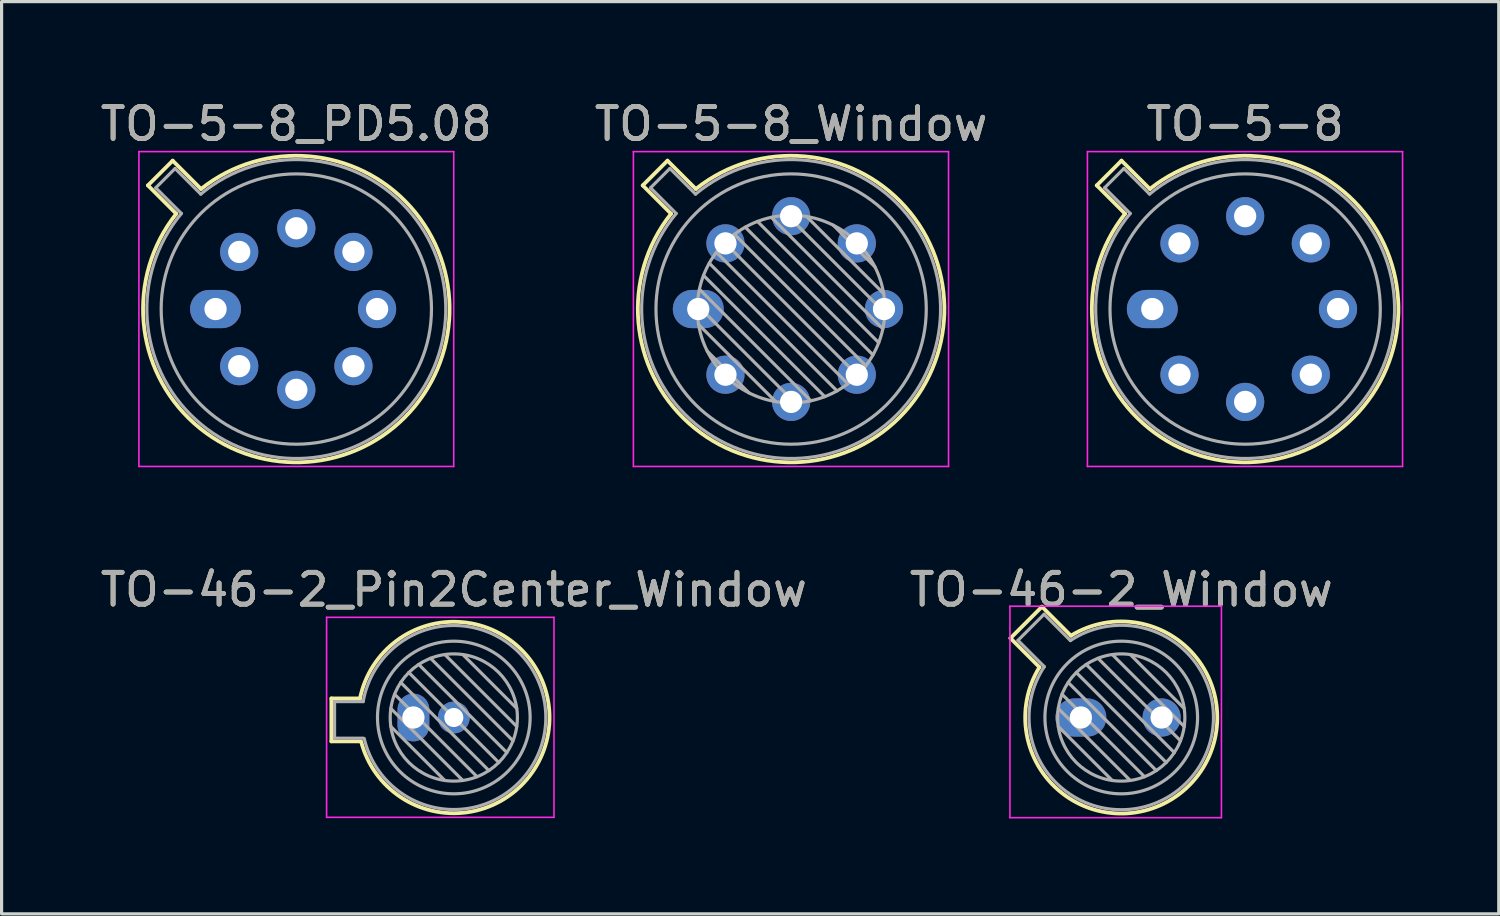
<source format=kicad_pcb>
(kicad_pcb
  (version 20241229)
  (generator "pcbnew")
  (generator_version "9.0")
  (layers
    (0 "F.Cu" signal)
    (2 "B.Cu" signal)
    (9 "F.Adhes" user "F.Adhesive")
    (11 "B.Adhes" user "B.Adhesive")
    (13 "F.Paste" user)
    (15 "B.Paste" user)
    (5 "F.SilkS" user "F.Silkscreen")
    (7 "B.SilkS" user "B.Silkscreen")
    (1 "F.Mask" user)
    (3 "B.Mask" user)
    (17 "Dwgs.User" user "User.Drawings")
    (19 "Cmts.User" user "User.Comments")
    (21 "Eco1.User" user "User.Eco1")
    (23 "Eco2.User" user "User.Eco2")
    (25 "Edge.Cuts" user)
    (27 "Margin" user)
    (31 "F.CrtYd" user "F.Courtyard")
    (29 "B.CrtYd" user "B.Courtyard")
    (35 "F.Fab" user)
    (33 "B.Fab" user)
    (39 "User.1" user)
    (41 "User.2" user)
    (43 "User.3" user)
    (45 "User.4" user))
  (footprint "TO-46-2_Pin2Center_Window"
    (layer "F.Cu")
    (at 9.95 19.512)
    (property "Reference" "TO-46-2_Pin2Center_Window" (at 1.27 -4.02 0) (layer "F.SilkS") (effects (font (size 1 1) (thickness 0.15))))
    (attr through_hole)
    (fp_line (start -2.58 -0.6) (end -2.58 0.75) (stroke (width 0.12) (type solid)) (layer "F.SilkS"))
    (fp_line (start -2.58 0.75) (end -1.68 0.75) (stroke (width 0.12) (type solid)) (layer "F.SilkS"))
    (fp_line (start -1.68 -0.6) (end -2.58 -0.6) (stroke (width 0.12) (type solid)) (layer "F.SilkS"))
    (fp_arc (start -1.68 -0.6) (mid 4.279362 -0.078983) (end -1.644465 0.753918) (stroke (width 0.12) (type solid)) (layer "F.SilkS"))
    (fp_line (start -2.73 -3.15) (end -2.73 3.14) (stroke (width 0.05) (type solid)) (layer "F.CrtYd"))
    (fp_line (start -2.73 -3.15) (end 4.42 -3.15) (stroke (width 0.05) (type solid)) (layer "F.CrtYd"))
    (fp_line (start 4.42 3.14) (end -2.73 3.14) (stroke (width 0.05) (type solid)) (layer "F.CrtYd"))
    (fp_line (start 4.42 3.14) (end 4.42 -3.15) (stroke (width 0.05) (type solid)) (layer "F.CrtYd"))
    (fp_line (start -2.48 -0.5) (end -2.48 0.65) (stroke (width 0.1) (type solid)) (layer "F.Fab"))
    (fp_line (start -2.48 0.65) (end -1.58 0.65) (stroke (width 0.1) (type solid)) (layer "F.Fab"))
    (fp_line (start -1.58 -0.5) (end -2.48 -0.5) (stroke (width 0.1) (type solid)) (layer "F.Fab"))
    (fp_line (start -0.71 -0.283) (end 1.553 1.98) (stroke (width 0.1) (type solid)) (layer "F.Fab"))
    (fp_line (start -0.71 0.283) (end 0.987 1.98) (stroke (width 0.1) (type solid)) (layer "F.Fab"))
    (fp_line (start -0.592 -0.731) (end 2.001 1.862) (stroke (width 0.1) (type solid)) (layer "F.Fab"))
    (fp_line (start -0.399 -1.103) (end 2.373 1.669) (stroke (width 0.1) (type solid)) (layer "F.Fab"))
    (fp_line (start -0.145 -1.415) (end 2.685 1.415) (stroke (width 0.1) (type solid)) (layer "F.Fab"))
    (fp_line (start 0.167 -1.669) (end 2.939 1.103) (stroke (width 0.1) (type solid)) (layer "F.Fab"))
    (fp_line (start 0.539 -1.862) (end 3.132 0.731) (stroke (width 0.1) (type solid)) (layer "F.Fab"))
    (fp_line (start 0.987 -1.98) (end 3.25 0.283) (stroke (width 0.1) (type solid)) (layer "F.Fab"))
    (fp_line (start 1.553 -1.98) (end 3.25 -0.283) (stroke (width 0.1) (type solid)) (layer "F.Fab"))
    (fp_arc (start -1.58 -0.5) (mid 4.1624 -0.08076) (end -1.54766 0.65825) (stroke (width 0.1) (type solid)) (layer "F.Fab"))
    (fp_circle (center 1.27 0) (end 3.27 0) (stroke (width 0.1) (type solid)) (fill no) (layer "F.Fab"))
    (fp_circle (center 1.27 0) (end 3.67 0) (stroke (width 0.1) (type solid)) (fill no) (layer "F.Fab"))
    (fp_text user "${REFERENCE}" (at 1.27 -4.02 0) (layer "F.Fab") (effects (font (size 1 1) (thickness 0.15))))
    (pad "1" thru_hole oval (at 0 0 90) (size 1.5 1) (drill 0.7) (layers "*.Cu" "*.Mask"))
    (pad "2" thru_hole oval (at 1.27 0) (size 1 1) (drill 0.6) (layers "*.Cu" "*.Mask")))
  (footprint "TO-5-8_Window"
    (layer "F.Cu")
    (at 18.907 6.668)
    (property "Reference" "TO-5-8_Window" (at 2.92 -5.82 0) (layer "F.SilkS") (effects (font (size 1 1) (thickness 0.15))))
    (attr through_hole)
    (fp_line (start -1.746 -3.888) (end -0.855 -2.997) (stroke (width 0.12) (type solid)) (layer "F.SilkS"))
    (fp_line (start -0.968 -4.666) (end -1.746 -3.888) (stroke (width 0.12) (type solid)) (layer "F.SilkS"))
    (fp_line (start -0.077 -3.775) (end -0.968 -4.666) (stroke (width 0.12) (type solid)) (layer "F.SilkS"))
    (fp_arc (start -0.077084 -3.774902) (mid 6.328125 3.408384) (end -0.854674 -2.997371) (stroke (width 0.12) (type solid)) (layer "F.SilkS"))
    (fp_line (start -2.04 -4.95) (end -2.04 4.95) (stroke (width 0.05) (type solid)) (layer "F.CrtYd"))
    (fp_line (start -2.04 4.95) (end 7.87 4.95) (stroke (width 0.05) (type solid)) (layer "F.CrtYd"))
    (fp_line (start 7.87 -4.95) (end -2.04 -4.95) (stroke (width 0.05) (type solid)) (layer "F.CrtYd"))
    (fp_line (start 7.87 4.95) (end 7.87 -4.95) (stroke (width 0.05) (type solid)) (layer "F.CrtYd"))
    (fp_line (start -1.5 -3.812) (end -0.694 -3.005) (stroke (width 0.1) (type solid)) (layer "F.Fab"))
    (fp_line (start -0.892 -4.42) (end -1.5 -3.812) (stroke (width 0.1) (type solid)) (layer "F.Fab"))
    (fp_line (start -0.085 -3.614) (end -0.892 -4.42) (stroke (width 0.1) (type solid)) (layer "F.Fab"))
    (fp_line (start -0.028 -0.12) (end 3.04 2.948) (stroke (width 0.1) (type solid)) (layer "F.Fab"))
    (fp_line (start 0.009 0.485) (end 2.435 2.911) (stroke (width 0.1) (type solid)) (layer "F.Fab"))
    (fp_line (start 0.036 -0.622) (end 3.542 2.884) (stroke (width 0.1) (type solid)) (layer "F.Fab"))
    (fp_line (start 0.165 -1.058) (end 3.978 2.755) (stroke (width 0.1) (type solid)) (layer "F.Fab"))
    (fp_line (start 0.283 1.324) (end 1.596 2.637) (stroke (width 0.1) (type solid)) (layer "F.Fab"))
    (fp_line (start 0.346 -1.443) (end 4.363 2.574) (stroke (width 0.1) (type solid)) (layer "F.Fab"))
    (fp_line (start 0.57 -1.784) (end 4.704 2.35) (stroke (width 0.1) (type solid)) (layer "F.Fab"))
    (fp_line (start 0.834 -2.086) (end 5.006 2.086) (stroke (width 0.1) (type solid)) (layer "F.Fab"))
    (fp_line (start 1.136 -2.35) (end 5.27 1.784) (stroke (width 0.1) (type solid)) (layer "F.Fab"))
    (fp_line (start 1.477 -2.574) (end 5.494 1.443) (stroke (width 0.1) (type solid)) (layer "F.Fab"))
    (fp_line (start 1.862 -2.755) (end 5.675 1.058) (stroke (width 0.1) (type solid)) (layer "F.Fab"))
    (fp_line (start 2.298 -2.884) (end 5.804 0.622) (stroke (width 0.1) (type solid)) (layer "F.Fab"))
    (fp_line (start 2.8 -2.948) (end 5.868 0.12) (stroke (width 0.1) (type solid)) (layer "F.Fab"))
    (fp_line (start 3.405 -2.911) (end 5.831 -0.485) (stroke (width 0.1) (type solid)) (layer "F.Fab"))
    (fp_line (start 4.244 -2.637) (end 5.557 -1.324) (stroke (width 0.1) (type solid)) (layer "F.Fab"))
    (fp_arc (start -0.085408 -3.61352) (mid 6.243443 3.323361) (end -0.693594 -3.005319) (stroke (width 0.1) (type solid)) (layer "F.Fab"))
    (fp_circle (center 2.92 0) (end 5.87 0) (stroke (width 0.1) (type solid)) (fill no) (layer "F.Fab"))
    (fp_circle (center 2.92 0) (end 7.17 0) (stroke (width 0.1) (type solid)) (fill no) (layer "F.Fab"))
    (fp_text user "${REFERENCE}" (at 2.92 -5.82 0) (layer "F.Fab") (effects (font (size 1 1) (thickness 0.15))))
    (pad "1" thru_hole oval (at 0 0) (size 1.6 1.2) (drill 0.7) (layers "*.Cu" "*.Mask"))
    (pad "2" thru_hole oval (at 0.855 2.065) (size 1.2 1.2) (drill 0.7) (layers "*.Cu" "*.Mask"))
    (pad "3" thru_hole oval (at 2.92 2.92) (size 1.2 1.2) (drill 0.7) (layers "*.Cu" "*.Mask"))
    (pad "4" thru_hole oval (at 4.985 2.065) (size 1.2 1.2) (drill 0.7) (layers "*.Cu" "*.Mask"))
    (pad "5" thru_hole oval (at 5.84 0) (size 1.2 1.2) (drill 0.7) (layers "*.Cu" "*.Mask"))
    (pad "6" thru_hole oval (at 4.985 -2.065) (size 1.2 1.2) (drill 0.7) (layers "*.Cu" "*.Mask"))
    (pad "7" thru_hole oval (at 2.92 -2.92) (size 1.2 1.2) (drill 0.7) (layers "*.Cu" "*.Mask"))
    (pad "8" thru_hole oval (at 0.855 -2.065) (size 1.2 1.2) (drill 0.7) (layers "*.Cu" "*.Mask")))
  (footprint "TO-5-8_PD5.08"
    (layer "F.Cu")
    (at 3.728 6.668)
    (property "Reference" "TO-5-8_PD5.08" (at 2.54 -5.82 0) (layer "F.SilkS") (effects (font (size 1 1) (thickness 0.15))))
    (attr through_hole)
    (fp_line (start -2.126 -3.888) (end -1.235 -2.997) (stroke (width 0.12) (type solid)) (layer "F.SilkS"))
    (fp_line (start -1.348 -4.666) (end -2.126 -3.888) (stroke (width 0.12) (type solid)) (layer "F.SilkS"))
    (fp_line (start -0.457 -3.775) (end -1.348 -4.666) (stroke (width 0.12) (type solid)) (layer "F.SilkS"))
    (fp_arc (start -0.457084 -3.774902) (mid 5.948125 3.408384) (end -1.234674 -2.997371) (stroke (width 0.12) (type solid)) (layer "F.SilkS"))
    (fp_line (start -2.41 -4.95) (end -2.41 4.95) (stroke (width 0.05) (type solid)) (layer "F.CrtYd"))
    (fp_line (start -2.41 4.95) (end 7.49 4.95) (stroke (width 0.05) (type solid)) (layer "F.CrtYd"))
    (fp_line (start 7.49 -4.95) (end -2.41 -4.95) (stroke (width 0.05) (type solid)) (layer "F.CrtYd"))
    (fp_line (start 7.49 4.95) (end 7.49 -4.95) (stroke (width 0.05) (type solid)) (layer "F.CrtYd"))
    (fp_line (start -1.88 -3.812) (end -1.074 -3.005) (stroke (width 0.1) (type solid)) (layer "F.Fab"))
    (fp_line (start -1.272 -4.42) (end -1.88 -3.812) (stroke (width 0.1) (type solid)) (layer "F.Fab"))
    (fp_line (start -0.465 -3.614) (end -1.272 -4.42) (stroke (width 0.1) (type solid)) (layer "F.Fab"))
    (fp_arc (start -0.465408 -3.61352) (mid 5.863443 3.323361) (end -1.073594 -3.005319) (stroke (width 0.1) (type solid)) (layer "F.Fab"))
    (fp_circle (center 2.54 0) (end 6.79 0) (stroke (width 0.1) (type solid)) (fill no) (layer "F.Fab"))
    (fp_text user "${REFERENCE}" (at 2.54 -5.82 0) (layer "F.Fab") (effects (font (size 1 1) (thickness 0.15))))
    (pad "1" thru_hole oval (at 0 0) (size 1.6 1.2) (drill 0.7) (layers "*.Cu" "*.Mask"))
    (pad "2" thru_hole oval (at 0.744 1.796) (size 1.2 1.2) (drill 0.7) (layers "*.Cu" "*.Mask"))
    (pad "3" thru_hole oval (at 2.54 2.54) (size 1.2 1.2) (drill 0.7) (layers "*.Cu" "*.Mask"))
    (pad "4" thru_hole oval (at 4.336 1.796) (size 1.2 1.2) (drill 0.7) (layers "*.Cu" "*.Mask"))
    (pad "5" thru_hole oval (at 5.08 0) (size 1.2 1.2) (drill 0.7) (layers "*.Cu" "*.Mask"))
    (pad "6" thru_hole oval (at 4.336 -1.796) (size 1.2 1.2) (drill 0.7) (layers "*.Cu" "*.Mask"))
    (pad "7" thru_hole oval (at 2.54 -2.54) (size 1.2 1.2) (drill 0.7) (layers "*.Cu" "*.Mask"))
    (pad "8" thru_hole oval (at 0.744 -1.796) (size 1.2 1.2) (drill 0.7) (layers "*.Cu" "*.Mask")))
  (footprint "TO-5-8"
    (layer "F.Cu")
    (at 33.184 6.668)
    (property "Reference" "TO-5-8" (at 2.92 -5.82 0) (layer "F.SilkS") (effects (font (size 1 1) (thickness 0.15))))
    (attr through_hole)
    (fp_line (start -1.746 -3.888) (end -0.855 -2.997) (stroke (width 0.12) (type solid)) (layer "F.SilkS"))
    (fp_line (start -0.968 -4.666) (end -1.746 -3.888) (stroke (width 0.12) (type solid)) (layer "F.SilkS"))
    (fp_line (start -0.077 -3.775) (end -0.968 -4.666) (stroke (width 0.12) (type solid)) (layer "F.SilkS"))
    (fp_arc (start -0.077084 -3.774902) (mid 6.328125 3.408384) (end -0.854674 -2.997371) (stroke (width 0.12) (type solid)) (layer "F.SilkS"))
    (fp_line (start -2.04 -4.95) (end -2.04 4.95) (stroke (width 0.05) (type solid)) (layer "F.CrtYd"))
    (fp_line (start -2.04 4.95) (end 7.87 4.95) (stroke (width 0.05) (type solid)) (layer "F.CrtYd"))
    (fp_line (start 7.87 -4.95) (end -2.04 -4.95) (stroke (width 0.05) (type solid)) (layer "F.CrtYd"))
    (fp_line (start 7.87 4.95) (end 7.87 -4.95) (stroke (width 0.05) (type solid)) (layer "F.CrtYd"))
    (fp_line (start -1.5 -3.812) (end -0.694 -3.005) (stroke (width 0.1) (type solid)) (layer "F.Fab"))
    (fp_line (start -0.892 -4.42) (end -1.5 -3.812) (stroke (width 0.1) (type solid)) (layer "F.Fab"))
    (fp_line (start -0.085 -3.614) (end -0.892 -4.42) (stroke (width 0.1) (type solid)) (layer "F.Fab"))
    (fp_arc (start -0.085408 -3.61352) (mid 6.243443 3.323361) (end -0.693594 -3.005319) (stroke (width 0.1) (type solid)) (layer "F.Fab"))
    (fp_circle (center 2.92 0) (end 7.17 0) (stroke (width 0.1) (type solid)) (fill no) (layer "F.Fab"))
    (fp_text user "${REFERENCE}" (at 2.92 -5.82 0) (layer "F.Fab") (effects (font (size 1 1) (thickness 0.15))))
    (pad "1" thru_hole oval (at 0 0) (size 1.6 1.2) (drill 0.7) (layers "*.Cu" "*.Mask"))
    (pad "2" thru_hole oval (at 0.855 2.065) (size 1.2 1.2) (drill 0.7) (layers "*.Cu" "*.Mask"))
    (pad "3" thru_hole oval (at 2.92 2.92) (size 1.2 1.2) (drill 0.7) (layers "*.Cu" "*.Mask"))
    (pad "4" thru_hole oval (at 4.985 2.065) (size 1.2 1.2) (drill 0.7) (layers "*.Cu" "*.Mask"))
    (pad "5" thru_hole oval (at 5.84 0) (size 1.2 1.2) (drill 0.7) (layers "*.Cu" "*.Mask"))
    (pad "6" thru_hole oval (at 4.985 -2.065) (size 1.2 1.2) (drill 0.7) (layers "*.Cu" "*.Mask"))
    (pad "7" thru_hole oval (at 2.92 -2.92) (size 1.2 1.2) (drill 0.7) (layers "*.Cu" "*.Mask"))
    (pad "8" thru_hole oval (at 0.855 -2.065) (size 1.2 1.2) (drill 0.7) (layers "*.Cu" "*.Mask")))
  (footprint "TO-46-2_Window"
    (layer "F.Cu")
    (at 30.938 19.512)
    (property "Reference" "TO-46-2_Window" (at 1.27 -4.02 0) (layer "F.SilkS") (effects (font (size 1 1) (thickness 0.15))))
    (attr through_hole)
    (fp_line (start -2.214 -2.494) (end -1.302 -1.582) (stroke (width 0.12) (type solid)) (layer "F.SilkS"))
    (fp_line (start -1.224 -3.484) (end -2.214 -2.494) (stroke (width 0.12) (type solid)) (layer "F.SilkS"))
    (fp_line (start -0.312 -2.572) (end -1.224 -3.484) (stroke (width 0.12) (type solid)) (layer "F.SilkS"))
    (fp_arc (start -0.312331 -2.572281) (mid 3.405374 2.135551) (end -1.30215 -1.582544) (stroke (width 0.12) (type solid)) (layer "F.SilkS"))
    (fp_line (start -2.23 -3.5) (end -2.23 3.15) (stroke (width 0.05) (type solid)) (layer "F.CrtYd"))
    (fp_line (start -2.23 3.15) (end 4.42 3.15) (stroke (width 0.05) (type solid)) (layer "F.CrtYd"))
    (fp_line (start 4.42 -3.5) (end -2.23 -3.5) (stroke (width 0.05) (type solid)) (layer "F.CrtYd"))
    (fp_line (start 4.42 3.15) (end 4.42 -3.5) (stroke (width 0.05) (type solid)) (layer "F.CrtYd"))
    (fp_line (start -1.977 -2.426) (end -1.149 -1.599) (stroke (width 0.1) (type solid)) (layer "F.Fab"))
    (fp_line (start -1.156 -3.247) (end -1.977 -2.426) (stroke (width 0.1) (type solid)) (layer "F.Fab"))
    (fp_line (start -0.71 -0.283) (end 1.553 1.98) (stroke (width 0.1) (type solid)) (layer "F.Fab"))
    (fp_line (start -0.71 0.283) (end 0.987 1.98) (stroke (width 0.1) (type solid)) (layer "F.Fab"))
    (fp_line (start -0.592 -0.731) (end 2.001 1.862) (stroke (width 0.1) (type solid)) (layer "F.Fab"))
    (fp_line (start -0.399 -1.103) (end 2.373 1.669) (stroke (width 0.1) (type solid)) (layer "F.Fab"))
    (fp_line (start -0.329 -2.419) (end -1.156 -3.247) (stroke (width 0.1) (type solid)) (layer "F.Fab"))
    (fp_line (start -0.145 -1.415) (end 2.685 1.415) (stroke (width 0.1) (type solid)) (layer "F.Fab"))
    (fp_line (start 0.167 -1.669) (end 2.939 1.103) (stroke (width 0.1) (type solid)) (layer "F.Fab"))
    (fp_line (start 0.539 -1.862) (end 3.132 0.731) (stroke (width 0.1) (type solid)) (layer "F.Fab"))
    (fp_line (start 0.987 -1.98) (end 3.25 0.283) (stroke (width 0.1) (type solid)) (layer "F.Fab"))
    (fp_line (start 1.553 -1.98) (end 3.25 -0.283) (stroke (width 0.1) (type solid)) (layer "F.Fab"))
    (fp_arc (start -0.329057 -2.419301) (mid 3.321076 2.050143) (end -1.150029 -1.597956) (stroke (width 0.1) (type solid)) (layer "F.Fab"))
    (fp_circle (center 1.27 0) (end 3.27 0) (stroke (width 0.1) (type solid)) (fill no) (layer "F.Fab"))
    (fp_circle (center 1.27 0) (end 3.67 0) (stroke (width 0.1) (type solid)) (fill no) (layer "F.Fab"))
    (fp_text user "${REFERENCE}" (at 1.27 -4.02 0) (layer "F.Fab") (effects (font (size 1 1) (thickness 0.15))))
    (pad "1" thru_hole oval (at 0 0) (size 1.6 1.2) (drill 0.7) (layers "*.Cu" "*.Mask"))
    (pad "2" thru_hole oval (at 2.54 0) (size 1.2 1.2) (drill 0.7) (layers "*.Cu" "*.Mask")))
  (gr_rect
    (start -3 -3)
    (end 44.079 25.686)
    (stroke (width 0.1) (type default))
    (fill no)
    (layer "Edge.Cuts")))
</source>
